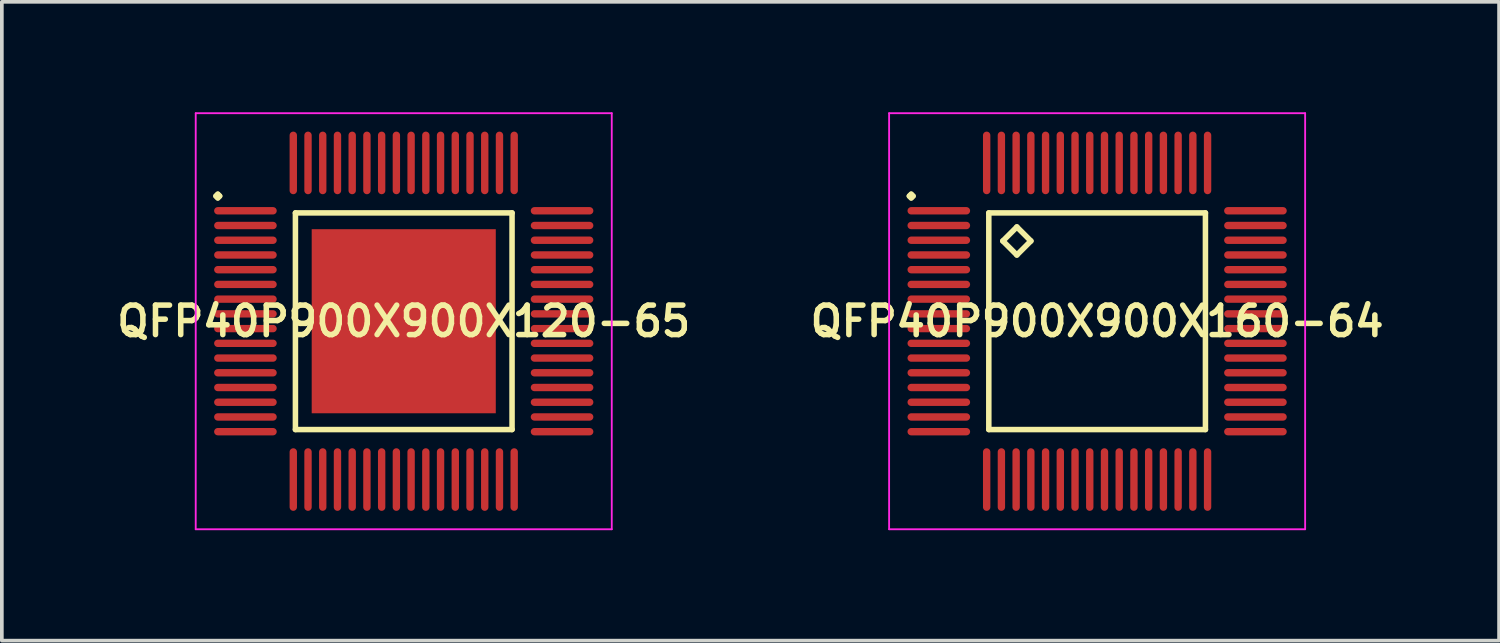
<source format=kicad_pcb>
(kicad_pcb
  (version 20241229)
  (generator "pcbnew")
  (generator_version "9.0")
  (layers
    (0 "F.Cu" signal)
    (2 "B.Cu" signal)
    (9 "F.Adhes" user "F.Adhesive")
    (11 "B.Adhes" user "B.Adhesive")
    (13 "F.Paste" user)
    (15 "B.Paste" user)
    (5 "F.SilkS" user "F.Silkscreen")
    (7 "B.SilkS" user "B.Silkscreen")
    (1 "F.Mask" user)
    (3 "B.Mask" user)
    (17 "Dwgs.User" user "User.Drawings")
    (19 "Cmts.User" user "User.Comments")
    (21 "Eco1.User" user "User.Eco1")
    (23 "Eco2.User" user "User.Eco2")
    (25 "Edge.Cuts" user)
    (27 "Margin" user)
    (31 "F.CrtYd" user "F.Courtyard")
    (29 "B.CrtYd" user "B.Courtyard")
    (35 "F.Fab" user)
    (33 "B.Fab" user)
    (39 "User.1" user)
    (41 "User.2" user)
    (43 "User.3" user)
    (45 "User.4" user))
  (footprint "QFP40P900X900X120-65"
    (layer "F.Cu")
    (at 7.916 5.675)
    (property "Reference" "QFP40P900X900X120-65" (at 0 0 0) (layer "F.SilkS") (effects (font (size 0.8 0.8) (thickness 0.15))))
    (attr smd)
    (fp_line (start -5.1 -3.4) (end -5.05 -3.45) (stroke (width 0.15) (type solid)) (layer "F.SilkS"))
    (fp_line (start -5.05 -3.45) (end -5 -3.4) (stroke (width 0.15) (type solid)) (layer "F.SilkS"))
    (fp_line (start -5.05 -3.35) (end -5.1 -3.4) (stroke (width 0.15) (type solid)) (layer "F.SilkS"))
    (fp_line (start -5 -3.4) (end -5.05 -3.35) (stroke (width 0.15) (type solid)) (layer "F.SilkS"))
    (fp_line (start -2.942 -2.942) (end -2.942 2.942) (stroke (width 0.15) (type solid)) (layer "F.SilkS"))
    (fp_line (start -2.942 2.942) (end 2.942 2.942) (stroke (width 0.15) (type solid)) (layer "F.SilkS"))
    (fp_line (start 2.942 -2.942) (end -2.942 -2.942) (stroke (width 0.15) (type solid)) (layer "F.SilkS"))
    (fp_line (start 2.942 2.942) (end 2.942 -2.942) (stroke (width 0.15) (type solid)) (layer "F.SilkS"))
    (fp_line (start -5.65 -5.65) (end 5.65 -5.65) (stroke (width 0.05) (type solid)) (layer "F.CrtYd"))
    (fp_line (start -5.65 5.65) (end -5.65 -5.65) (stroke (width 0.05) (type solid)) (layer "F.CrtYd"))
    (fp_line (start 5.65 -5.65) (end 5.65 5.65) (stroke (width 0.05) (type solid)) (layer "F.CrtYd"))
    (fp_line (start 5.65 5.65) (end -5.65 5.65) (stroke (width 0.05) (type solid)) (layer "F.CrtYd"))
    (pad "1" smd oval (at -4.3 -3) (size 1.7 0.2) (layers "F.Cu" "F.Mask" "F.Paste"))
    (pad "2" smd oval (at -4.3 -2.6) (size 1.7 0.2) (layers "F.Cu" "F.Mask" "F.Paste"))
    (pad "3" smd oval (at -4.3 -2.2) (size 1.7 0.2) (layers "F.Cu" "F.Mask" "F.Paste"))
    (pad "4" smd oval (at -4.3 -1.8) (size 1.7 0.2) (layers "F.Cu" "F.Mask" "F.Paste"))
    (pad "5" smd oval (at -4.3 -1.4) (size 1.7 0.2) (layers "F.Cu" "F.Mask" "F.Paste"))
    (pad "6" smd oval (at -4.3 -1) (size 1.7 0.2) (layers "F.Cu" "F.Mask" "F.Paste"))
    (pad "7" smd oval (at -4.3 -0.6) (size 1.7 0.2) (layers "F.Cu" "F.Mask" "F.Paste"))
    (pad "8" smd oval (at -4.3 -0.2) (size 1.7 0.2) (layers "F.Cu" "F.Mask" "F.Paste"))
    (pad "9" smd oval (at -4.3 0.2) (size 1.7 0.2) (layers "F.Cu" "F.Mask" "F.Paste"))
    (pad "10" smd oval (at -4.3 0.6) (size 1.7 0.2) (layers "F.Cu" "F.Mask" "F.Paste"))
    (pad "11" smd oval (at -4.3 1) (size 1.7 0.2) (layers "F.Cu" "F.Mask" "F.Paste"))
    (pad "12" smd oval (at -4.3 1.4) (size 1.7 0.2) (layers "F.Cu" "F.Mask" "F.Paste"))
    (pad "13" smd oval (at -4.3 1.8) (size 1.7 0.2) (layers "F.Cu" "F.Mask" "F.Paste"))
    (pad "14" smd oval (at -4.3 2.2) (size 1.7 0.2) (layers "F.Cu" "F.Mask" "F.Paste"))
    (pad "15" smd oval (at -4.3 2.6) (size 1.7 0.2) (layers "F.Cu" "F.Mask" "F.Paste"))
    (pad "16" smd oval (at -4.3 3) (size 1.7 0.2) (layers "F.Cu" "F.Mask" "F.Paste"))
    (pad "17" smd oval (at -3 4.3) (size 0.2 1.7) (layers "F.Cu" "F.Mask" "F.Paste"))
    (pad "18" smd oval (at -2.6 4.3) (size 0.2 1.7) (layers "F.Cu" "F.Mask" "F.Paste"))
    (pad "19" smd oval (at -2.2 4.3) (size 0.2 1.7) (layers "F.Cu" "F.Mask" "F.Paste"))
    (pad "20" smd oval (at -1.8 4.3) (size 0.2 1.7) (layers "F.Cu" "F.Mask" "F.Paste"))
    (pad "21" smd oval (at -1.4 4.3) (size 0.2 1.7) (layers "F.Cu" "F.Mask" "F.Paste"))
    (pad "22" smd oval (at -1 4.3) (size 0.2 1.7) (layers "F.Cu" "F.Mask" "F.Paste"))
    (pad "23" smd oval (at -0.6 4.3) (size 0.2 1.7) (layers "F.Cu" "F.Mask" "F.Paste"))
    (pad "24" smd oval (at -0.2 4.3) (size 0.2 1.7) (layers "F.Cu" "F.Mask" "F.Paste"))
    (pad "25" smd oval (at 0.2 4.3) (size 0.2 1.7) (layers "F.Cu" "F.Mask" "F.Paste"))
    (pad "26" smd oval (at 0.6 4.3) (size 0.2 1.7) (layers "F.Cu" "F.Mask" "F.Paste"))
    (pad "27" smd oval (at 1 4.3) (size 0.2 1.7) (layers "F.Cu" "F.Mask" "F.Paste"))
    (pad "28" smd oval (at 1.4 4.3) (size 0.2 1.7) (layers "F.Cu" "F.Mask" "F.Paste"))
    (pad "29" smd oval (at 1.8 4.3) (size 0.2 1.7) (layers "F.Cu" "F.Mask" "F.Paste"))
    (pad "30" smd oval (at 2.2 4.3) (size 0.2 1.7) (layers "F.Cu" "F.Mask" "F.Paste"))
    (pad "31" smd oval (at 2.6 4.3) (size 0.2 1.7) (layers "F.Cu" "F.Mask" "F.Paste"))
    (pad "32" smd oval (at 3 4.3) (size 0.2 1.7) (layers "F.Cu" "F.Mask" "F.Paste"))
    (pad "33" smd oval (at 4.3 3) (size 1.7 0.2) (layers "F.Cu" "F.Mask" "F.Paste"))
    (pad "34" smd oval (at 4.3 2.6) (size 1.7 0.2) (layers "F.Cu" "F.Mask" "F.Paste"))
    (pad "35" smd oval (at 4.3 2.2) (size 1.7 0.2) (layers "F.Cu" "F.Mask" "F.Paste"))
    (pad "36" smd oval (at 4.3 1.8) (size 1.7 0.2) (layers "F.Cu" "F.Mask" "F.Paste"))
    (pad "37" smd oval (at 4.3 1.4) (size 1.7 0.2) (layers "F.Cu" "F.Mask" "F.Paste"))
    (pad "38" smd oval (at 4.3 1) (size 1.7 0.2) (layers "F.Cu" "F.Mask" "F.Paste"))
    (pad "39" smd oval (at 4.3 0.6) (size 1.7 0.2) (layers "F.Cu" "F.Mask" "F.Paste"))
    (pad "40" smd oval (at 4.3 0.2) (size 1.7 0.2) (layers "F.Cu" "F.Mask" "F.Paste"))
    (pad "41" smd oval (at 4.3 -0.2) (size 1.7 0.2) (layers "F.Cu" "F.Mask" "F.Paste"))
    (pad "42" smd oval (at 4.3 -0.6) (size 1.7 0.2) (layers "F.Cu" "F.Mask" "F.Paste"))
    (pad "43" smd oval (at 4.3 -1) (size 1.7 0.2) (layers "F.Cu" "F.Mask" "F.Paste"))
    (pad "44" smd oval (at 4.3 -1.4) (size 1.7 0.2) (layers "F.Cu" "F.Mask" "F.Paste"))
    (pad "45" smd oval (at 4.3 -1.8) (size 1.7 0.2) (layers "F.Cu" "F.Mask" "F.Paste"))
    (pad "46" smd oval (at 4.3 -2.2) (size 1.7 0.2) (layers "F.Cu" "F.Mask" "F.Paste"))
    (pad "47" smd oval (at 4.3 -2.6) (size 1.7 0.2) (layers "F.Cu" "F.Mask" "F.Paste"))
    (pad "48" smd oval (at 4.3 -3) (size 1.7 0.2) (layers "F.Cu" "F.Mask" "F.Paste"))
    (pad "49" smd oval (at 3 -4.3) (size 0.2 1.7) (layers "F.Cu" "F.Mask" "F.Paste"))
    (pad "50" smd oval (at 2.6 -4.3) (size 0.2 1.7) (layers "F.Cu" "F.Mask" "F.Paste"))
    (pad "51" smd oval (at 2.2 -4.3) (size 0.2 1.7) (layers "F.Cu" "F.Mask" "F.Paste"))
    (pad "52" smd oval (at 1.8 -4.3) (size 0.2 1.7) (layers "F.Cu" "F.Mask" "F.Paste"))
    (pad "53" smd oval (at 1.4 -4.3) (size 0.2 1.7) (layers "F.Cu" "F.Mask" "F.Paste"))
    (pad "54" smd oval (at 1 -4.3) (size 0.2 1.7) (layers "F.Cu" "F.Mask" "F.Paste"))
    (pad "55" smd oval (at 0.6 -4.3) (size 0.2 1.7) (layers "F.Cu" "F.Mask" "F.Paste"))
    (pad "56" smd oval (at 0.2 -4.3) (size 0.2 1.7) (layers "F.Cu" "F.Mask" "F.Paste"))
    (pad "57" smd oval (at -0.2 -4.3) (size 0.2 1.7) (layers "F.Cu" "F.Mask" "F.Paste"))
    (pad "58" smd oval (at -0.6 -4.3) (size 0.2 1.7) (layers "F.Cu" "F.Mask" "F.Paste"))
    (pad "59" smd oval (at -1 -4.3) (size 0.2 1.7) (layers "F.Cu" "F.Mask" "F.Paste"))
    (pad "60" smd oval (at -1.4 -4.3) (size 0.2 1.7) (layers "F.Cu" "F.Mask" "F.Paste"))
    (pad "61" smd oval (at -1.8 -4.3) (size 0.2 1.7) (layers "F.Cu" "F.Mask" "F.Paste"))
    (pad "62" smd oval (at -2.2 -4.3) (size 0.2 1.7) (layers "F.Cu" "F.Mask" "F.Paste"))
    (pad "63" smd oval (at -2.6 -4.3) (size 0.2 1.7) (layers "F.Cu" "F.Mask" "F.Paste"))
    (pad "64" smd oval (at -3 -4.3) (size 0.2 1.7) (layers "F.Cu" "F.Mask" "F.Paste"))
    (pad "65" smd rect (at 0 0) (size 5 5) (layers "F.Cu" "F.Mask" "F.Paste")))
  (footprint "QFP40P900X900X160-64"
    (layer "F.Cu")
    (at 26.749 5.675)
    (property "Reference" "QFP40P900X900X160-64" (at 0 0 0) (layer "F.SilkS") (effects (font (size 0.8 0.8) (thickness 0.15))))
    (attr smd)
    (fp_line (start -5.1 -3.4) (end -5.05 -3.45) (stroke (width 0.15) (type solid)) (layer "F.SilkS"))
    (fp_line (start -5.05 -3.45) (end -5 -3.4) (stroke (width 0.15) (type solid)) (layer "F.SilkS"))
    (fp_line (start -5.05 -3.35) (end -5.1 -3.4) (stroke (width 0.15) (type solid)) (layer "F.SilkS"))
    (fp_line (start -5 -3.4) (end -5.05 -3.35) (stroke (width 0.15) (type solid)) (layer "F.SilkS"))
    (fp_line (start -2.942 -2.942) (end -2.942 2.942) (stroke (width 0.15) (type solid)) (layer "F.SilkS"))
    (fp_line (start -2.942 2.942) (end 2.942 2.942) (stroke (width 0.15) (type solid)) (layer "F.SilkS"))
    (fp_line (start -2.561 -2.18) (end -2.18 -2.561) (stroke (width 0.15) (type solid)) (layer "F.SilkS"))
    (fp_line (start -2.18 -2.561) (end -1.799 -2.18) (stroke (width 0.15) (type solid)) (layer "F.SilkS"))
    (fp_line (start -2.18 -1.799) (end -2.561 -2.18) (stroke (width 0.15) (type solid)) (layer "F.SilkS"))
    (fp_line (start -1.799 -2.18) (end -2.18 -1.799) (stroke (width 0.15) (type solid)) (layer "F.SilkS"))
    (fp_line (start 2.942 -2.942) (end -2.942 -2.942) (stroke (width 0.15) (type solid)) (layer "F.SilkS"))
    (fp_line (start 2.942 2.942) (end 2.942 -2.942) (stroke (width 0.15) (type solid)) (layer "F.SilkS"))
    (fp_line (start -5.65 -5.65) (end 5.65 -5.65) (stroke (width 0.05) (type solid)) (layer "F.CrtYd"))
    (fp_line (start -5.65 5.65) (end -5.65 -5.65) (stroke (width 0.05) (type solid)) (layer "F.CrtYd"))
    (fp_line (start 5.65 -5.65) (end 5.65 5.65) (stroke (width 0.05) (type solid)) (layer "F.CrtYd"))
    (fp_line (start 5.65 5.65) (end -5.65 5.65) (stroke (width 0.05) (type solid)) (layer "F.CrtYd"))
    (pad "1" smd oval (at -4.3 -3) (size 1.7 0.2) (layers "F.Cu" "F.Mask" "F.Paste"))
    (pad "2" smd oval (at -4.3 -2.6) (size 1.7 0.2) (layers "F.Cu" "F.Mask" "F.Paste"))
    (pad "3" smd oval (at -4.3 -2.2) (size 1.7 0.2) (layers "F.Cu" "F.Mask" "F.Paste"))
    (pad "4" smd oval (at -4.3 -1.8) (size 1.7 0.2) (layers "F.Cu" "F.Mask" "F.Paste"))
    (pad "5" smd oval (at -4.3 -1.4) (size 1.7 0.2) (layers "F.Cu" "F.Mask" "F.Paste"))
    (pad "6" smd oval (at -4.3 -1) (size 1.7 0.2) (layers "F.Cu" "F.Mask" "F.Paste"))
    (pad "7" smd oval (at -4.3 -0.6) (size 1.7 0.2) (layers "F.Cu" "F.Mask" "F.Paste"))
    (pad "8" smd oval (at -4.3 -0.2) (size 1.7 0.2) (layers "F.Cu" "F.Mask" "F.Paste"))
    (pad "9" smd oval (at -4.3 0.2) (size 1.7 0.2) (layers "F.Cu" "F.Mask" "F.Paste"))
    (pad "10" smd oval (at -4.3 0.6) (size 1.7 0.2) (layers "F.Cu" "F.Mask" "F.Paste"))
    (pad "11" smd oval (at -4.3 1) (size 1.7 0.2) (layers "F.Cu" "F.Mask" "F.Paste"))
    (pad "12" smd oval (at -4.3 1.4) (size 1.7 0.2) (layers "F.Cu" "F.Mask" "F.Paste"))
    (pad "13" smd oval (at -4.3 1.8) (size 1.7 0.2) (layers "F.Cu" "F.Mask" "F.Paste"))
    (pad "14" smd oval (at -4.3 2.2) (size 1.7 0.2) (layers "F.Cu" "F.Mask" "F.Paste"))
    (pad "15" smd oval (at -4.3 2.6) (size 1.7 0.2) (layers "F.Cu" "F.Mask" "F.Paste"))
    (pad "16" smd oval (at -4.3 3) (size 1.7 0.2) (layers "F.Cu" "F.Mask" "F.Paste"))
    (pad "17" smd oval (at -3 4.3) (size 0.2 1.7) (layers "F.Cu" "F.Mask" "F.Paste"))
    (pad "18" smd oval (at -2.6 4.3) (size 0.2 1.7) (layers "F.Cu" "F.Mask" "F.Paste"))
    (pad "19" smd oval (at -2.2 4.3) (size 0.2 1.7) (layers "F.Cu" "F.Mask" "F.Paste"))
    (pad "20" smd oval (at -1.8 4.3) (size 0.2 1.7) (layers "F.Cu" "F.Mask" "F.Paste"))
    (pad "21" smd oval (at -1.4 4.3) (size 0.2 1.7) (layers "F.Cu" "F.Mask" "F.Paste"))
    (pad "22" smd oval (at -1 4.3) (size 0.2 1.7) (layers "F.Cu" "F.Mask" "F.Paste"))
    (pad "23" smd oval (at -0.6 4.3) (size 0.2 1.7) (layers "F.Cu" "F.Mask" "F.Paste"))
    (pad "24" smd oval (at -0.2 4.3) (size 0.2 1.7) (layers "F.Cu" "F.Mask" "F.Paste"))
    (pad "25" smd oval (at 0.2 4.3) (size 0.2 1.7) (layers "F.Cu" "F.Mask" "F.Paste"))
    (pad "26" smd oval (at 0.6 4.3) (size 0.2 1.7) (layers "F.Cu" "F.Mask" "F.Paste"))
    (pad "27" smd oval (at 1 4.3) (size 0.2 1.7) (layers "F.Cu" "F.Mask" "F.Paste"))
    (pad "28" smd oval (at 1.4 4.3) (size 0.2 1.7) (layers "F.Cu" "F.Mask" "F.Paste"))
    (pad "29" smd oval (at 1.8 4.3) (size 0.2 1.7) (layers "F.Cu" "F.Mask" "F.Paste"))
    (pad "30" smd oval (at 2.2 4.3) (size 0.2 1.7) (layers "F.Cu" "F.Mask" "F.Paste"))
    (pad "31" smd oval (at 2.6 4.3) (size 0.2 1.7) (layers "F.Cu" "F.Mask" "F.Paste"))
    (pad "32" smd oval (at 3 4.3) (size 0.2 1.7) (layers "F.Cu" "F.Mask" "F.Paste"))
    (pad "33" smd oval (at 4.3 3) (size 1.7 0.2) (layers "F.Cu" "F.Mask" "F.Paste"))
    (pad "34" smd oval (at 4.3 2.6) (size 1.7 0.2) (layers "F.Cu" "F.Mask" "F.Paste"))
    (pad "35" smd oval (at 4.3 2.2) (size 1.7 0.2) (layers "F.Cu" "F.Mask" "F.Paste"))
    (pad "36" smd oval (at 4.3 1.8) (size 1.7 0.2) (layers "F.Cu" "F.Mask" "F.Paste"))
    (pad "37" smd oval (at 4.3 1.4) (size 1.7 0.2) (layers "F.Cu" "F.Mask" "F.Paste"))
    (pad "38" smd oval (at 4.3 1) (size 1.7 0.2) (layers "F.Cu" "F.Mask" "F.Paste"))
    (pad "39" smd oval (at 4.3 0.6) (size 1.7 0.2) (layers "F.Cu" "F.Mask" "F.Paste"))
    (pad "40" smd oval (at 4.3 0.2) (size 1.7 0.2) (layers "F.Cu" "F.Mask" "F.Paste"))
    (pad "41" smd oval (at 4.3 -0.2) (size 1.7 0.2) (layers "F.Cu" "F.Mask" "F.Paste"))
    (pad "42" smd oval (at 4.3 -0.6) (size 1.7 0.2) (layers "F.Cu" "F.Mask" "F.Paste"))
    (pad "43" smd oval (at 4.3 -1) (size 1.7 0.2) (layers "F.Cu" "F.Mask" "F.Paste"))
    (pad "44" smd oval (at 4.3 -1.4) (size 1.7 0.2) (layers "F.Cu" "F.Mask" "F.Paste"))
    (pad "45" smd oval (at 4.3 -1.8) (size 1.7 0.2) (layers "F.Cu" "F.Mask" "F.Paste"))
    (pad "46" smd oval (at 4.3 -2.2) (size 1.7 0.2) (layers "F.Cu" "F.Mask" "F.Paste"))
    (pad "47" smd oval (at 4.3 -2.6) (size 1.7 0.2) (layers "F.Cu" "F.Mask" "F.Paste"))
    (pad "48" smd oval (at 4.3 -3) (size 1.7 0.2) (layers "F.Cu" "F.Mask" "F.Paste"))
    (pad "49" smd oval (at 3 -4.3) (size 0.2 1.7) (layers "F.Cu" "F.Mask" "F.Paste"))
    (pad "50" smd oval (at 2.6 -4.3) (size 0.2 1.7) (layers "F.Cu" "F.Mask" "F.Paste"))
    (pad "51" smd oval (at 2.2 -4.3) (size 0.2 1.7) (layers "F.Cu" "F.Mask" "F.Paste"))
    (pad "52" smd oval (at 1.8 -4.3) (size 0.2 1.7) (layers "F.Cu" "F.Mask" "F.Paste"))
    (pad "53" smd oval (at 1.4 -4.3) (size 0.2 1.7) (layers "F.Cu" "F.Mask" "F.Paste"))
    (pad "54" smd oval (at 1 -4.3) (size 0.2 1.7) (layers "F.Cu" "F.Mask" "F.Paste"))
    (pad "55" smd oval (at 0.6 -4.3) (size 0.2 1.7) (layers "F.Cu" "F.Mask" "F.Paste"))
    (pad "56" smd oval (at 0.2 -4.3) (size 0.2 1.7) (layers "F.Cu" "F.Mask" "F.Paste"))
    (pad "57" smd oval (at -0.2 -4.3) (size 0.2 1.7) (layers "F.Cu" "F.Mask" "F.Paste"))
    (pad "58" smd oval (at -0.6 -4.3) (size 0.2 1.7) (layers "F.Cu" "F.Mask" "F.Paste"))
    (pad "59" smd oval (at -1 -4.3) (size 0.2 1.7) (layers "F.Cu" "F.Mask" "F.Paste"))
    (pad "60" smd oval (at -1.4 -4.3) (size 0.2 1.7) (layers "F.Cu" "F.Mask" "F.Paste"))
    (pad "61" smd oval (at -1.8 -4.3) (size 0.2 1.7) (layers "F.Cu" "F.Mask" "F.Paste"))
    (pad "62" smd oval (at -2.2 -4.3) (size 0.2 1.7) (layers "F.Cu" "F.Mask" "F.Paste"))
    (pad "63" smd oval (at -2.6 -4.3) (size 0.2 1.7) (layers "F.Cu" "F.Mask" "F.Paste"))
    (pad "64" smd oval (at -3 -4.3) (size 0.2 1.7) (layers "F.Cu" "F.Mask" "F.Paste")))
  (gr_rect
    (start -3 -3)
    (end 37.666 14.35)
    (stroke (width 0.1) (type default))
    (fill no)
    (layer "Edge.Cuts")))
</source>
